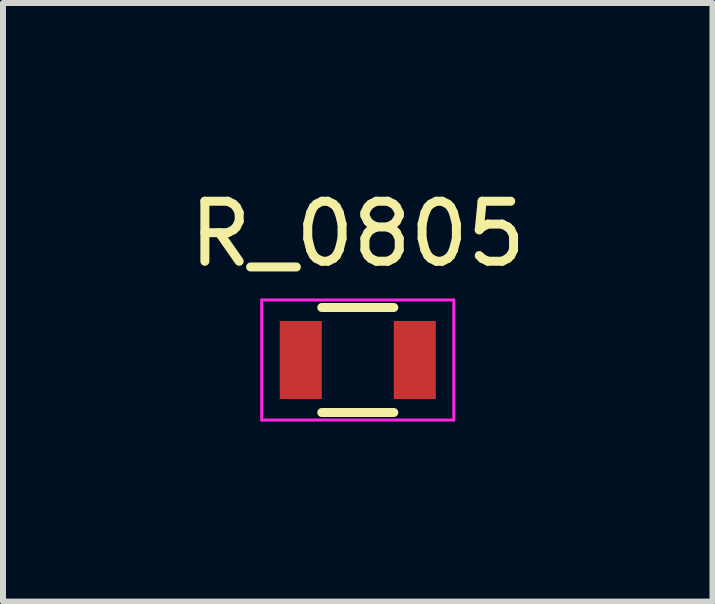
<source format=kicad_pcb>
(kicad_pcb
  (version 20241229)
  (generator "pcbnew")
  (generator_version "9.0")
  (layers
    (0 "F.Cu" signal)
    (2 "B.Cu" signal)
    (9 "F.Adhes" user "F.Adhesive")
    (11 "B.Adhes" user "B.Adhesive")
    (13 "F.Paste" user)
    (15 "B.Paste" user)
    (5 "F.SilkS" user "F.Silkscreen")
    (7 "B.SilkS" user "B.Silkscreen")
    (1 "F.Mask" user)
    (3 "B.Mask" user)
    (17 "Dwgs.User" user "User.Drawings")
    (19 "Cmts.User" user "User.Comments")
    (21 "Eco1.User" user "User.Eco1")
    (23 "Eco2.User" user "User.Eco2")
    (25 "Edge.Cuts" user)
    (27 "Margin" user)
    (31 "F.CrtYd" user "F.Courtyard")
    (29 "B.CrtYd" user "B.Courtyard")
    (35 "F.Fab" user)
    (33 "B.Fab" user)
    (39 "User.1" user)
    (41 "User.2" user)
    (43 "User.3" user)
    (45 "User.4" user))
  (footprint "R_0805"
    (layer "F.Cu")
    (at 2.911 2.948)
    (property "Reference" "R_0805" (at 0 -2.1 0) (layer "F.SilkS") (effects (font (size 1 1) (thickness 0.15))))
    (attr smd)
    (fp_line (start -0.6 -0.875) (end 0.6 -0.875) (stroke (width 0.15) (type solid)) (layer "F.SilkS"))
    (fp_line (start 0.6 0.875) (end -0.6 0.875) (stroke (width 0.15) (type solid)) (layer "F.SilkS"))
    (fp_line (start -1.6 -1) (end -1.6 1) (stroke (width 0.05) (type solid)) (layer "F.CrtYd"))
    (fp_line (start -1.6 -1) (end 1.6 -1) (stroke (width 0.05) (type solid)) (layer "F.CrtYd"))
    (fp_line (start -1.6 1) (end 1.6 1) (stroke (width 0.05) (type solid)) (layer "F.CrtYd"))
    (fp_line (start 1.6 -1) (end 1.6 1) (stroke (width 0.05) (type solid)) (layer "F.CrtYd"))
    (pad "1" smd rect (at -0.95 0) (size 0.7 1.3) (layers "F.Cu" "F.Mask" "F.Paste"))
    (pad "2" smd rect (at 0.95 0) (size 0.7 1.3) (layers "F.Cu" "F.Mask" "F.Paste")))
  (gr_rect
    (start -3 -3)
    (end 8.821 6.973)
    (stroke (width 0.1) (type default))
    (fill no)
    (layer "Edge.Cuts")))
</source>
